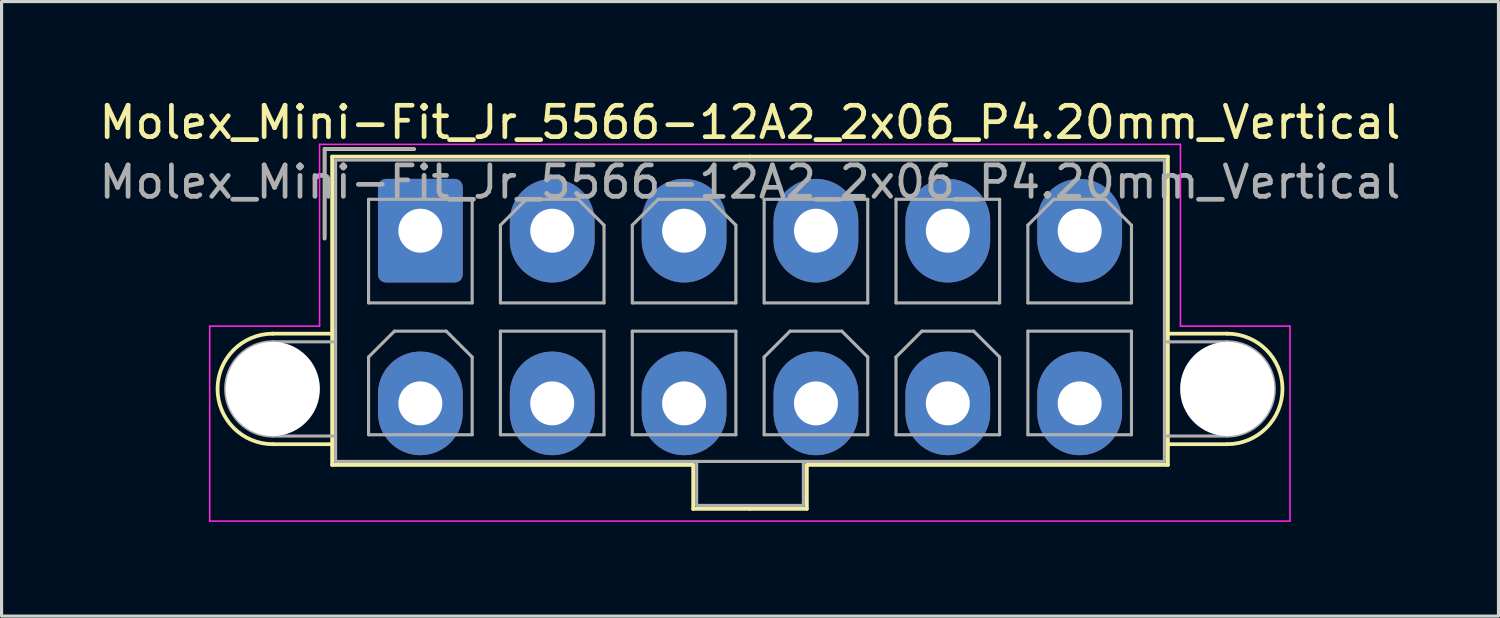
<source format=kicad_pcb>
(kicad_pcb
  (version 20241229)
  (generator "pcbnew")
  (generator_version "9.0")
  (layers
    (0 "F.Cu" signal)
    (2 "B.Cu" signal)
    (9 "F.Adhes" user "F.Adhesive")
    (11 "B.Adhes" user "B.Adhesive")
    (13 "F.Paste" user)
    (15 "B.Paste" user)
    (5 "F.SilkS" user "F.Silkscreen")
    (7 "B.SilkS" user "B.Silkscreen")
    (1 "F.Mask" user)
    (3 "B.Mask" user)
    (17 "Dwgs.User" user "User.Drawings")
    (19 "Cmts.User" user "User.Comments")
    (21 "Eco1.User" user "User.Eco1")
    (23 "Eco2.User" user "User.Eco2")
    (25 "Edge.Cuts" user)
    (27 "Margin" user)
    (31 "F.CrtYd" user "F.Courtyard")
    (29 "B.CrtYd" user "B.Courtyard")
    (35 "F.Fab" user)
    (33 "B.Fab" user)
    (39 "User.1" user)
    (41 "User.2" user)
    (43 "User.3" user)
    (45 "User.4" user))
  (footprint "Molex_Mini-Fit_Jr_5566-12A2_2x06_P4.20mm_Vertical"
    (layer "F.Cu")
    (at 10.339 4.298)
    (property "Reference" "Molex_Mini-Fit_Jr_5566-12A2_2x06_P4.20mm_Vertical" (at 10.5 -3.45 0) (layer "F.SilkS") (effects (font (size 1 1) (thickness 0.15))))
    (attr through_hole)
    (fp_line (start -4.7 3.28) (end -2.81 3.28) (stroke (width 0.12) (type solid)) (layer "F.SilkS"))
    (fp_line (start -4.7 6.8) (end -2.81 6.8) (stroke (width 0.12) (type solid)) (layer "F.SilkS"))
    (fp_line (start -3.05 -2.6) (end -3.05 0.25) (stroke (width 0.12) (type solid)) (layer "F.SilkS"))
    (fp_line (start -2.81 -2.36) (end -2.81 7.46) (stroke (width 0.12) (type solid)) (layer "F.SilkS"))
    (fp_line (start -2.81 7.46) (end 8.69 7.46) (stroke (width 0.12) (type solid)) (layer "F.SilkS"))
    (fp_line (start -0.2 -2.6) (end -3.05 -2.6) (stroke (width 0.12) (type solid)) (layer "F.SilkS"))
    (fp_line (start 8.69 7.46) (end 8.69 8.86) (stroke (width 0.12) (type solid)) (layer "F.SilkS"))
    (fp_line (start 8.69 8.86) (end 10.5 8.86) (stroke (width 0.12) (type solid)) (layer "F.SilkS"))
    (fp_line (start 10.5 -2.36) (end -2.81 -2.36) (stroke (width 0.12) (type solid)) (layer "F.SilkS"))
    (fp_line (start 10.5 -2.36) (end 23.81 -2.36) (stroke (width 0.12) (type solid)) (layer "F.SilkS"))
    (fp_line (start 12.31 7.46) (end 12.31 8.86) (stroke (width 0.12) (type solid)) (layer "F.SilkS"))
    (fp_line (start 12.31 8.86) (end 10.5 8.86) (stroke (width 0.12) (type solid)) (layer "F.SilkS"))
    (fp_line (start 23.81 -2.36) (end 23.81 7.46) (stroke (width 0.12) (type solid)) (layer "F.SilkS"))
    (fp_line (start 23.81 7.46) (end 12.31 7.46) (stroke (width 0.12) (type solid)) (layer "F.SilkS"))
    (fp_line (start 25.7 3.28) (end 23.81 3.28) (stroke (width 0.12) (type solid)) (layer "F.SilkS"))
    (fp_line (start 25.7 6.8) (end 23.81 6.8) (stroke (width 0.12) (type solid)) (layer "F.SilkS"))
    (fp_arc (start -4.7 6.8) (mid -6.46 5.04) (end -4.7 3.28) (stroke (width 0.12) (type solid)) (layer "F.SilkS"))
    (fp_arc (start 25.7 3.28) (mid 27.46 5.04) (end 25.7 6.8) (stroke (width 0.12) (type solid)) (layer "F.SilkS"))
    (fp_line (start -6.71 3.04) (end -6.71 9.25) (stroke (width 0.05) (type solid)) (layer "F.CrtYd"))
    (fp_line (start -6.71 9.25) (end 27.7 9.25) (stroke (width 0.05) (type solid)) (layer "F.CrtYd"))
    (fp_line (start -3.21 -2.75) (end -3.21 3.04) (stroke (width 0.05) (type solid)) (layer "F.CrtYd"))
    (fp_line (start -3.21 3.04) (end -6.71 3.04) (stroke (width 0.05) (type solid)) (layer "F.CrtYd"))
    (fp_line (start 24.21 -2.75) (end -3.21 -2.75) (stroke (width 0.05) (type solid)) (layer "F.CrtYd"))
    (fp_line (start 24.21 3.04) (end 24.21 -2.75) (stroke (width 0.05) (type solid)) (layer "F.CrtYd"))
    (fp_line (start 27.7 3.04) (end 24.21 3.04) (stroke (width 0.05) (type solid)) (layer "F.CrtYd"))
    (fp_line (start 27.7 9.25) (end 27.7 3.04) (stroke (width 0.05) (type solid)) (layer "F.CrtYd"))
    (fp_line (start -4.7 3.54) (end -2.7 3.54) (stroke (width 0.1) (type solid)) (layer "F.Fab"))
    (fp_line (start -4.7 6.54) (end -2.7 6.54) (stroke (width 0.1) (type solid)) (layer "F.Fab"))
    (fp_line (start -3.05 -2.6) (end -3.05 0.25) (stroke (width 0.1) (type solid)) (layer "F.Fab"))
    (fp_line (start -2.7 -2.25) (end -2.7 7.35) (stroke (width 0.1) (type solid)) (layer "F.Fab"))
    (fp_line (start -2.7 7.35) (end 23.7 7.35) (stroke (width 0.1) (type solid)) (layer "F.Fab"))
    (fp_line (start -1.65 -1) (end -1.65 2.3) (stroke (width 0.1) (type solid)) (layer "F.Fab"))
    (fp_line (start -1.65 2.3) (end 1.65 2.3) (stroke (width 0.1) (type solid)) (layer "F.Fab"))
    (fp_line (start -1.65 4.025) (end -0.825 3.2) (stroke (width 0.1) (type solid)) (layer "F.Fab"))
    (fp_line (start -1.65 6.5) (end -1.65 4.025) (stroke (width 0.1) (type solid)) (layer "F.Fab"))
    (fp_line (start -0.825 3.2) (end 0.825 3.2) (stroke (width 0.1) (type solid)) (layer "F.Fab"))
    (fp_line (start -0.2 -2.6) (end -3.05 -2.6) (stroke (width 0.1) (type solid)) (layer "F.Fab"))
    (fp_line (start 0.825 3.2) (end 1.65 4.025) (stroke (width 0.1) (type solid)) (layer "F.Fab"))
    (fp_line (start 1.65 -1) (end -1.65 -1) (stroke (width 0.1) (type solid)) (layer "F.Fab"))
    (fp_line (start 1.65 2.3) (end 1.65 -1) (stroke (width 0.1) (type solid)) (layer "F.Fab"))
    (fp_line (start 1.65 4.025) (end 1.65 6.5) (stroke (width 0.1) (type solid)) (layer "F.Fab"))
    (fp_line (start 1.65 6.5) (end -1.65 6.5) (stroke (width 0.1) (type solid)) (layer "F.Fab"))
    (fp_line (start 2.55 -0.175) (end 3.375 -1) (stroke (width 0.1) (type solid)) (layer "F.Fab"))
    (fp_line (start 2.55 2.3) (end 2.55 -0.175) (stroke (width 0.1) (type solid)) (layer "F.Fab"))
    (fp_line (start 2.55 3.2) (end 2.55 6.5) (stroke (width 0.1) (type solid)) (layer "F.Fab"))
    (fp_line (start 2.55 6.5) (end 5.85 6.5) (stroke (width 0.1) (type solid)) (layer "F.Fab"))
    (fp_line (start 3.375 -1) (end 5.025 -1) (stroke (width 0.1) (type solid)) (layer "F.Fab"))
    (fp_line (start 5.025 -1) (end 5.85 -0.175) (stroke (width 0.1) (type solid)) (layer "F.Fab"))
    (fp_line (start 5.85 -0.175) (end 5.85 2.3) (stroke (width 0.1) (type solid)) (layer "F.Fab"))
    (fp_line (start 5.85 2.3) (end 2.55 2.3) (stroke (width 0.1) (type solid)) (layer "F.Fab"))
    (fp_line (start 5.85 3.2) (end 2.55 3.2) (stroke (width 0.1) (type solid)) (layer "F.Fab"))
    (fp_line (start 5.85 6.5) (end 5.85 3.2) (stroke (width 0.1) (type solid)) (layer "F.Fab"))
    (fp_line (start 6.75 -0.175) (end 7.575 -1) (stroke (width 0.1) (type solid)) (layer "F.Fab"))
    (fp_line (start 6.75 2.3) (end 6.75 -0.175) (stroke (width 0.1) (type solid)) (layer "F.Fab"))
    (fp_line (start 6.75 3.2) (end 6.75 6.5) (stroke (width 0.1) (type solid)) (layer "F.Fab"))
    (fp_line (start 6.75 6.5) (end 10.05 6.5) (stroke (width 0.1) (type solid)) (layer "F.Fab"))
    (fp_line (start 7.575 -1) (end 9.225 -1) (stroke (width 0.1) (type solid)) (layer "F.Fab"))
    (fp_line (start 8.8 7.35) (end 8.8 8.75) (stroke (width 0.1) (type solid)) (layer "F.Fab"))
    (fp_line (start 8.8 8.75) (end 12.2 8.75) (stroke (width 0.1) (type solid)) (layer "F.Fab"))
    (fp_line (start 9.225 -1) (end 10.05 -0.175) (stroke (width 0.1) (type solid)) (layer "F.Fab"))
    (fp_line (start 10.05 -0.175) (end 10.05 2.3) (stroke (width 0.1) (type solid)) (layer "F.Fab"))
    (fp_line (start 10.05 2.3) (end 6.75 2.3) (stroke (width 0.1) (type solid)) (layer "F.Fab"))
    (fp_line (start 10.05 3.2) (end 6.75 3.2) (stroke (width 0.1) (type solid)) (layer "F.Fab"))
    (fp_line (start 10.05 6.5) (end 10.05 3.2) (stroke (width 0.1) (type solid)) (layer "F.Fab"))
    (fp_line (start 10.95 -1) (end 10.95 2.3) (stroke (width 0.1) (type solid)) (layer "F.Fab"))
    (fp_line (start 10.95 2.3) (end 14.25 2.3) (stroke (width 0.1) (type solid)) (layer "F.Fab"))
    (fp_line (start 10.95 4.025) (end 11.775 3.2) (stroke (width 0.1) (type solid)) (layer "F.Fab"))
    (fp_line (start 10.95 6.5) (end 10.95 4.025) (stroke (width 0.1) (type solid)) (layer "F.Fab"))
    (fp_line (start 11.775 3.2) (end 13.425 3.2) (stroke (width 0.1) (type solid)) (layer "F.Fab"))
    (fp_line (start 12.2 8.75) (end 12.2 7.35) (stroke (width 0.1) (type solid)) (layer "F.Fab"))
    (fp_line (start 13.425 3.2) (end 14.25 4.025) (stroke (width 0.1) (type solid)) (layer "F.Fab"))
    (fp_line (start 14.25 -1) (end 10.95 -1) (stroke (width 0.1) (type solid)) (layer "F.Fab"))
    (fp_line (start 14.25 2.3) (end 14.25 -1) (stroke (width 0.1) (type solid)) (layer "F.Fab"))
    (fp_line (start 14.25 4.025) (end 14.25 6.5) (stroke (width 0.1) (type solid)) (layer "F.Fab"))
    (fp_line (start 14.25 6.5) (end 10.95 6.5) (stroke (width 0.1) (type solid)) (layer "F.Fab"))
    (fp_line (start 15.15 -1) (end 15.15 2.3) (stroke (width 0.1) (type solid)) (layer "F.Fab"))
    (fp_line (start 15.15 2.3) (end 18.45 2.3) (stroke (width 0.1) (type solid)) (layer "F.Fab"))
    (fp_line (start 15.15 4.025) (end 15.975 3.2) (stroke (width 0.1) (type solid)) (layer "F.Fab"))
    (fp_line (start 15.15 6.5) (end 15.15 4.025) (stroke (width 0.1) (type solid)) (layer "F.Fab"))
    (fp_line (start 15.975 3.2) (end 17.625 3.2) (stroke (width 0.1) (type solid)) (layer "F.Fab"))
    (fp_line (start 17.625 3.2) (end 18.45 4.025) (stroke (width 0.1) (type solid)) (layer "F.Fab"))
    (fp_line (start 18.45 -1) (end 15.15 -1) (stroke (width 0.1) (type solid)) (layer "F.Fab"))
    (fp_line (start 18.45 2.3) (end 18.45 -1) (stroke (width 0.1) (type solid)) (layer "F.Fab"))
    (fp_line (start 18.45 4.025) (end 18.45 6.5) (stroke (width 0.1) (type solid)) (layer "F.Fab"))
    (fp_line (start 18.45 6.5) (end 15.15 6.5) (stroke (width 0.1) (type solid)) (layer "F.Fab"))
    (fp_line (start 19.35 -0.175) (end 20.175 -1) (stroke (width 0.1) (type solid)) (layer "F.Fab"))
    (fp_line (start 19.35 2.3) (end 19.35 -0.175) (stroke (width 0.1) (type solid)) (layer "F.Fab"))
    (fp_line (start 19.35 3.2) (end 19.35 6.5) (stroke (width 0.1) (type solid)) (layer "F.Fab"))
    (fp_line (start 19.35 6.5) (end 22.65 6.5) (stroke (width 0.1) (type solid)) (layer "F.Fab"))
    (fp_line (start 20.175 -1) (end 21.825 -1) (stroke (width 0.1) (type solid)) (layer "F.Fab"))
    (fp_line (start 21.825 -1) (end 22.65 -0.175) (stroke (width 0.1) (type solid)) (layer "F.Fab"))
    (fp_line (start 22.65 -0.175) (end 22.65 2.3) (stroke (width 0.1) (type solid)) (layer "F.Fab"))
    (fp_line (start 22.65 2.3) (end 19.35 2.3) (stroke (width 0.1) (type solid)) (layer "F.Fab"))
    (fp_line (start 22.65 3.2) (end 19.35 3.2) (stroke (width 0.1) (type solid)) (layer "F.Fab"))
    (fp_line (start 22.65 6.5) (end 22.65 3.2) (stroke (width 0.1) (type solid)) (layer "F.Fab"))
    (fp_line (start 23.7 -2.25) (end -2.7 -2.25) (stroke (width 0.1) (type solid)) (layer "F.Fab"))
    (fp_line (start 23.7 7.35) (end 23.7 -2.25) (stroke (width 0.1) (type solid)) (layer "F.Fab"))
    (fp_line (start 25.7 3.54) (end 23.7 3.54) (stroke (width 0.1) (type solid)) (layer "F.Fab"))
    (fp_line (start 25.7 6.54) (end 23.7 6.54) (stroke (width 0.1) (type solid)) (layer "F.Fab"))
    (fp_arc (start -4.7 6.54) (mid -6.2 5.04) (end -4.7 3.54) (stroke (width 0.1) (type solid)) (layer "F.Fab"))
    (fp_arc (start 25.7 3.54) (mid 27.2 5.04) (end 25.7 6.54) (stroke (width 0.1) (type solid)) (layer "F.Fab"))
    (fp_text user "${REFERENCE}" (at 10.5 -1.55 0) (layer "F.Fab") (effects (font (size 1 1) (thickness 0.15))))
    (pad "" np_thru_hole circle (at -4.7 5.04) (size 3 3) (drill 3) (layers "*.Cu" "*.Mask"))
    (pad "" np_thru_hole circle (at 25.7 5.04) (size 3 3) (drill 3) (layers "*.Cu" "*.Mask"))
    (pad "1" thru_hole roundrect (at 0 0) (size 2.7 3.3) (drill 1.4) (layers "*.Cu" "*.Mask") (roundrect_rratio 0.093))
    (pad "2" thru_hole oval (at 4.2 0) (size 2.7 3.3) (drill 1.4) (layers "*.Cu" "*.Mask"))
    (pad "3" thru_hole oval (at 8.4 0) (size 2.7 3.3) (drill 1.4) (layers "*.Cu" "*.Mask"))
    (pad "4" thru_hole oval (at 12.6 0) (size 2.7 3.3) (drill 1.4) (layers "*.Cu" "*.Mask"))
    (pad "5" thru_hole oval (at 16.8 0) (size 2.7 3.3) (drill 1.4) (layers "*.Cu" "*.Mask"))
    (pad "6" thru_hole oval (at 21 0) (size 2.7 3.3) (drill 1.4) (layers "*.Cu" "*.Mask"))
    (pad "7" thru_hole oval (at 0 5.5) (size 2.7 3.3) (drill 1.4) (layers "*.Cu" "*.Mask"))
    (pad "8" thru_hole oval (at 4.2 5.5) (size 2.7 3.3) (drill 1.4) (layers "*.Cu" "*.Mask"))
    (pad "9" thru_hole oval (at 8.4 5.5) (size 2.7 3.3) (drill 1.4) (layers "*.Cu" "*.Mask"))
    (pad "10" thru_hole oval (at 12.6 5.5) (size 2.7 3.3) (drill 1.4) (layers "*.Cu" "*.Mask"))
    (pad "11" thru_hole oval (at 16.8 5.5) (size 2.7 3.3) (drill 1.4) (layers "*.Cu" "*.Mask"))
    (pad "12" thru_hole oval (at 21 5.5) (size 2.7 3.3) (drill 1.4) (layers "*.Cu" "*.Mask")))
  (gr_rect
    (start -3 -3)
    (end 44.679 16.573)
    (stroke (width 0.1) (type default))
    (fill no)
    (layer "Edge.Cuts")))
</source>
